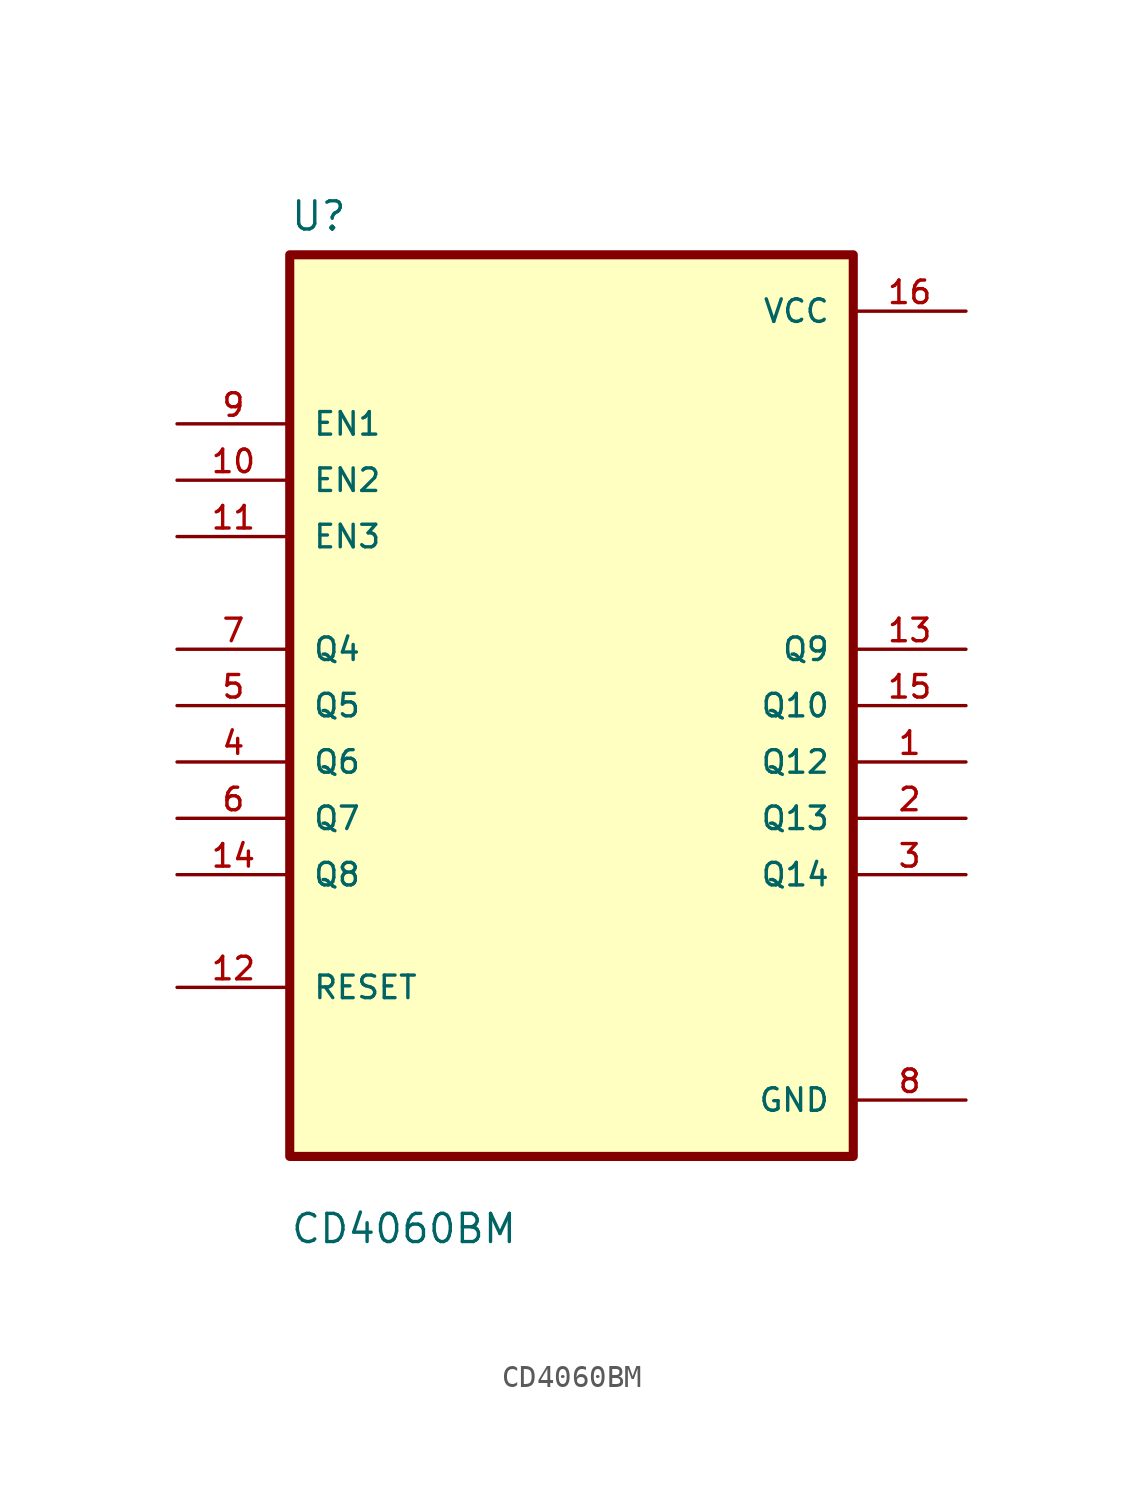
<source format=kicad_sym>
(kicad_symbol_lib
  (version 20211014)
  (generator kicad_symbol_editor)
  (symbol "CD4060BM"
    (pin_names
      (offset 1.016))
    (property "Reference" "U"
      (at -12.7 21.32 0.0)
      (effects (font (size 1.27 1.27)) (justify bottom left)))
    (property "Value" "CD4060BM"
      (at -12.7 -24.32 0.0)
      (effects (font (size 1.27 1.27)) (justify bottom left)))
    (symbol "CD4060BM_0_0"
      (rectangle (start -12.7 -20.32) (end 12.7 20.32) (stroke (width 0.41)) (fill (type background)))
      (pin bidirectional line (at -17.78 12.7 0) (length 5.08) (name "EN1" (effects (font (size 1.016 1.016)))) (number "9" (effects (font (size 1.016 1.016)))))
      (pin bidirectional line (at -17.78 10.16 0) (length 5.08) (name "EN2" (effects (font (size 1.016 1.016)))) (number "10" (effects (font (size 1.016 1.016)))))
      (pin bidirectional line (at -17.78 7.62 0) (length 5.08) (name "EN3" (effects (font (size 1.016 1.016)))) (number "11" (effects (font (size 1.016 1.016)))))
      (pin bidirectional line (at -17.78 2.54 0) (length 5.08) (name "Q4" (effects (font (size 1.016 1.016)))) (number "7" (effects (font (size 1.016 1.016)))))
      (pin bidirectional line (at -17.78 0.0 0) (length 5.08) (name "Q5" (effects (font (size 1.016 1.016)))) (number "5" (effects (font (size 1.016 1.016)))))
      (pin bidirectional line (at -17.78 -2.54 0) (length 5.08) (name "Q6" (effects (font (size 1.016 1.016)))) (number "4" (effects (font (size 1.016 1.016)))))
      (pin bidirectional line (at -17.78 -5.08 0) (length 5.08) (name "Q7" (effects (font (size 1.016 1.016)))) (number "6" (effects (font (size 1.016 1.016)))))
      (pin bidirectional line (at -17.78 -7.62 0) (length 5.08) (name "Q8" (effects (font (size 1.016 1.016)))) (number "14" (effects (font (size 1.016 1.016)))))
      (pin bidirectional line (at -17.78 -12.7 0) (length 5.08) (name "RESET" (effects (font (size 1.016 1.016)))) (number "12" (effects (font (size 1.016 1.016)))))
      (pin power_in line (at 17.78 17.78 180.0) (length 5.08) (name "VCC" (effects (font (size 1.016 1.016)))) (number "16" (effects (font (size 1.016 1.016)))))
      (pin bidirectional line (at 17.78 2.54 180.0) (length 5.08) (name "Q9" (effects (font (size 1.016 1.016)))) (number "13" (effects (font (size 1.016 1.016)))))
      (pin bidirectional line (at 17.78 8.88178e-16 180.0) (length 5.08) (name "Q10" (effects (font (size 1.016 1.016)))) (number "15" (effects (font (size 1.016 1.016)))))
      (pin bidirectional line (at 17.78 -2.54 180.0) (length 5.08) (name "Q12" (effects (font (size 1.016 1.016)))) (number "1" (effects (font (size 1.016 1.016)))))
      (pin bidirectional line (at 17.78 -5.08 180.0) (length 5.08) (name "Q13" (effects (font (size 1.016 1.016)))) (number "2" (effects (font (size 1.016 1.016)))))
      (pin bidirectional line (at 17.78 -7.62 180.0) (length 5.08) (name "Q14" (effects (font (size 1.016 1.016)))) (number "3" (effects (font (size 1.016 1.016)))))
      (pin power_in line (at 17.78 -17.78 180.0) (length 5.08) (name "GND" (effects (font (size 1.016 1.016)))) (number "8" (effects (font (size 1.016 1.016))))))))
</source>
